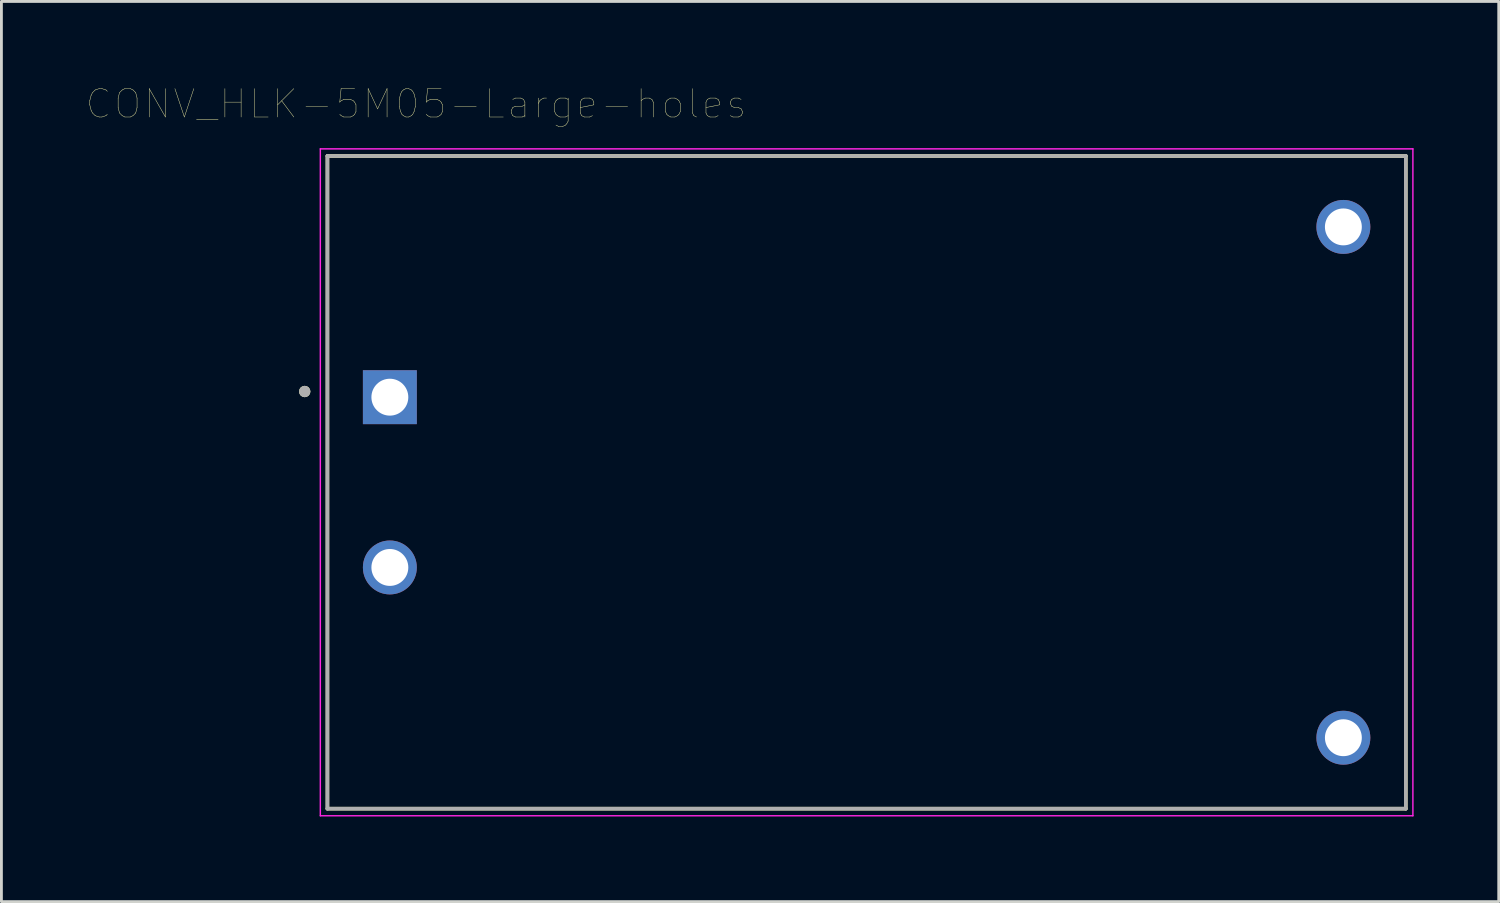
<source format=kicad_pcb>
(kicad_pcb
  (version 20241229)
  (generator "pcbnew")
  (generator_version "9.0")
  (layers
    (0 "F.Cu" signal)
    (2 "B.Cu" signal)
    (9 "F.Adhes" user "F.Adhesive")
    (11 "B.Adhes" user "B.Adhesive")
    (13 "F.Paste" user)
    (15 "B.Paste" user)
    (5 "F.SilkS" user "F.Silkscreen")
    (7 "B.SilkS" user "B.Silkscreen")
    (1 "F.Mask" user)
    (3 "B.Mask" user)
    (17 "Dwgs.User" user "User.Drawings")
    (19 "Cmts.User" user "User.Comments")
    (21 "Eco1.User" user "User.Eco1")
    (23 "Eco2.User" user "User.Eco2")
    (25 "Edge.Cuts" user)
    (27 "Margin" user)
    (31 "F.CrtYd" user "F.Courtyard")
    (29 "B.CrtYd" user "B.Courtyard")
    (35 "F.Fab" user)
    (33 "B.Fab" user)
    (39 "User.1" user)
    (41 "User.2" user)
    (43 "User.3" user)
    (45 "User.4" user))
  (footprint "CONV_HLK-5M05-Large-holes"
    (layer "F.Cu")
    (at 27.488 13.946)
    (property "Reference" "CONV_HLK-5M05-Large-holes" (at -15.875 -13.335 0) (layer "F.SilkS") (effects (font (size 1 1) (thickness 0.015))))
    (attr through_hole)
    (fp_line (start -19 -11.5) (end -19 11.5) (stroke (width 0.127) (type solid)) (layer "F.SilkS"))
    (fp_line (start -19 11.5) (end 19 11.5) (stroke (width 0.127) (type solid)) (layer "F.SilkS"))
    (fp_line (start 19 -11.5) (end -19 -11.5) (stroke (width 0.127) (type solid)) (layer "F.SilkS"))
    (fp_line (start 19 11.5) (end 19 -11.5) (stroke (width 0.127) (type solid)) (layer "F.SilkS"))
    (fp_circle (center -19.8 -3.2) (end -19.7 -3.2) (stroke (width 0.2) (type solid)) (fill no) (layer "F.SilkS"))
    (fp_line (start -19.25 -11.75) (end 19.25 -11.75) (stroke (width 0.05) (type solid)) (layer "F.CrtYd"))
    (fp_line (start -19.25 11.75) (end -19.25 -11.75) (stroke (width 0.05) (type solid)) (layer "F.CrtYd"))
    (fp_line (start 19.25 -11.75) (end 19.25 11.75) (stroke (width 0.05) (type solid)) (layer "F.CrtYd"))
    (fp_line (start 19.25 11.75) (end -19.25 11.75) (stroke (width 0.05) (type solid)) (layer "F.CrtYd"))
    (fp_line (start -19 -11.5) (end -19 11.5) (stroke (width 0.127) (type solid)) (layer "F.Fab"))
    (fp_line (start -19 11.5) (end 19 11.5) (stroke (width 0.127) (type solid)) (layer "F.Fab"))
    (fp_line (start 19 -11.5) (end -19 -11.5) (stroke (width 0.127) (type solid)) (layer "F.Fab"))
    (fp_line (start 19 11.5) (end 19 -11.5) (stroke (width 0.127) (type solid)) (layer "F.Fab"))
    (fp_circle (center -19.8 -3.2) (end -19.7 -3.2) (stroke (width 0.2) (type solid)) (fill no) (layer "F.Fab"))
    (pad "1" thru_hole rect (at -16.8 -3) (size 1.9 1.9) (drill 1.3) (layers "*.Cu" "*.Mask"))
    (pad "2" thru_hole circle (at -16.8 3) (size 1.9 1.9) (drill 1.3) (layers "*.Cu" "*.Mask"))
    (pad "3" thru_hole circle (at 16.8 -9) (size 1.9 1.9) (drill 1.3) (layers "*.Cu" "*.Mask"))
    (pad "4" thru_hole circle (at 16.8 9) (size 1.9 1.9) (drill 1.3) (layers "*.Cu" "*.Mask")))
  (gr_rect
    (start -3 -3)
    (end 49.763 28.721)
    (stroke (width 0.1) (type default))
    (fill no)
    (layer "Edge.Cuts")))
</source>
